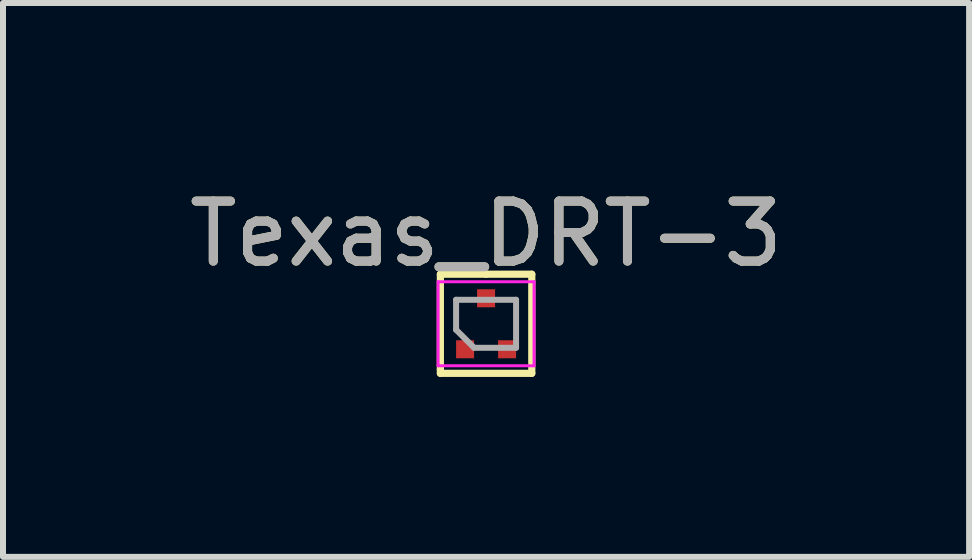
<source format=kicad_pcb>
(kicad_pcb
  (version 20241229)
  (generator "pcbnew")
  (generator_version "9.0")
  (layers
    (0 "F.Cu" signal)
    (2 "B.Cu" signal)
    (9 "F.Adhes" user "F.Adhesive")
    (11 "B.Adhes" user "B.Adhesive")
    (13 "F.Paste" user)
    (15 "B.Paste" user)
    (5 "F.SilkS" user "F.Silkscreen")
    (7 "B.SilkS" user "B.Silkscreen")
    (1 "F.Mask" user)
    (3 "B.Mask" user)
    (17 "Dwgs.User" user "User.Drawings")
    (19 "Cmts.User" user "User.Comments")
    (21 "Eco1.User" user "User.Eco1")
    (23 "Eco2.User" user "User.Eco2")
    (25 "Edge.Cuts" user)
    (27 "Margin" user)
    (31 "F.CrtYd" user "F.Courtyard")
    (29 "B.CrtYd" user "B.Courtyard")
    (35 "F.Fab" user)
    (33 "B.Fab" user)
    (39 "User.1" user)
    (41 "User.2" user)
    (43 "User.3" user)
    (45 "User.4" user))
  (footprint "Texas_DRT-3"
    (layer "F.Cu")
    (at 5.054 2.348)
    (property "Reference" "Texas_DRT-3" (at 0 -1.5 0) (layer "F.SilkS") (effects (font (size 1 1) (thickness 0.15))))
    (attr smd)
    (fp_line (start -0.762 -0.826) (end -0.762 0.762) (stroke (width 0.12) (type solid)) (layer "F.SilkS"))
    (fp_line (start -0.762 0.762) (end -0.762 0.826) (stroke (width 0.12) (type solid)) (layer "F.SilkS"))
    (fp_line (start -0.762 0.826) (end 0.762 0.826) (stroke (width 0.12) (type solid)) (layer "F.SilkS"))
    (fp_line (start 0 -0.826) (end -0.762 -0.826) (stroke (width 0.12) (type solid)) (layer "F.SilkS"))
    (fp_line (start 0.762 -0.826) (end 0 -0.826) (stroke (width 0.12) (type solid)) (layer "F.SilkS"))
    (fp_line (start 0.762 0.826) (end 0.762 -0.826) (stroke (width 0.12) (type solid)) (layer "F.SilkS"))
    (fp_line (start -0.8 -0.7) (end 0.8 -0.7) (stroke (width 0.05) (type solid)) (layer "F.CrtYd"))
    (fp_line (start -0.8 0.7) (end -0.8 -0.7) (stroke (width 0.05) (type solid)) (layer "F.CrtYd"))
    (fp_line (start 0.8 -0.7) (end 0.8 0.7) (stroke (width 0.05) (type solid)) (layer "F.CrtYd"))
    (fp_line (start 0.8 0.7) (end -0.8 0.7) (stroke (width 0.05) (type solid)) (layer "F.CrtYd"))
    (fp_line (start -0.5 -0.4) (end 0.5 -0.4) (stroke (width 0.1) (type solid)) (layer "F.Fab"))
    (fp_line (start -0.5 0.1) (end -0.5 -0.4) (stroke (width 0.1) (type solid)) (layer "F.Fab"))
    (fp_line (start -0.5 0.1) (end -0.2 0.4) (stroke (width 0.1) (type solid)) (layer "F.Fab"))
    (fp_line (start 0.5 -0.4) (end 0.5 0.4) (stroke (width 0.1) (type solid)) (layer "F.Fab"))
    (fp_line (start 0.5 0.4) (end -0.2 0.4) (stroke (width 0.1) (type solid)) (layer "F.Fab"))
    (fp_text user "${REFERENCE}" (at 0 -1.5 0) (layer "F.Fab") (effects (font (size 1 1) (thickness 0.15))))
    (pad "1" smd rect (at -0.35 0.425) (size 0.3 0.3) (layers "F.Cu" "F.Mask" "F.Paste"))
    (pad "2" smd rect (at 0.35 0.425) (size 0.3 0.3) (layers "F.Cu" "F.Mask" "F.Paste"))
    (pad "3" smd rect (at 0 -0.425) (size 0.3 0.3) (layers "F.Cu" "F.Mask" "F.Paste")))
  (gr_rect
    (start -3 -3)
    (end 13.107 6.234)
    (stroke (width 0.1) (type default))
    (fill no)
    (layer "Edge.Cuts")))
</source>
